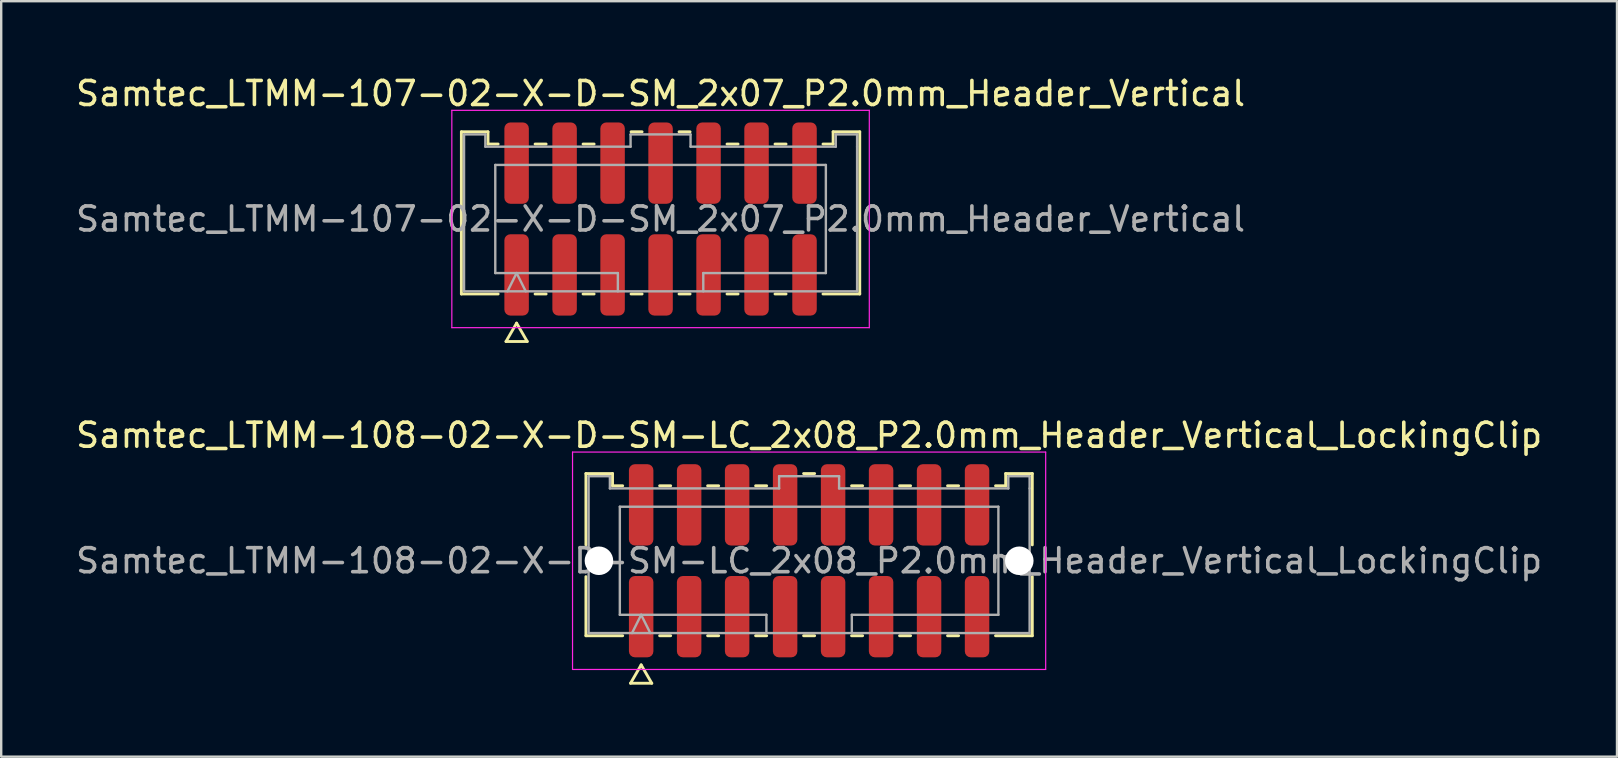
<source format=kicad_pcb>
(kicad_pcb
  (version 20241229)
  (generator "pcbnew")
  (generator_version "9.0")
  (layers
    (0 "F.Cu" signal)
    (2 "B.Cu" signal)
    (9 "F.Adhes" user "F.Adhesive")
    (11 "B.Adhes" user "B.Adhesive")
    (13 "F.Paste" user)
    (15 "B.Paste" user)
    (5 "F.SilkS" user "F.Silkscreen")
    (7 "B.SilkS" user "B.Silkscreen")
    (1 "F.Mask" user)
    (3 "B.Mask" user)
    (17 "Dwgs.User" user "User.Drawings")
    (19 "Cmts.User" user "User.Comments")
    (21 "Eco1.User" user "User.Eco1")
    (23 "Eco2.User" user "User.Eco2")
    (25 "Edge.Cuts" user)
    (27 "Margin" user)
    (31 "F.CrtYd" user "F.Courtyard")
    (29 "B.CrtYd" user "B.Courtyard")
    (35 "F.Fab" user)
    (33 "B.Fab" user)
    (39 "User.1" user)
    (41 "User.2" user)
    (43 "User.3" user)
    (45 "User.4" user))
  (footprint "Samtec_LTMM-107-02-X-D-SM_2x07_P2.0mm_Header_Vertical"
    (layer "F.Cu")
    (at 24.482 6.078)
    (property "Reference" "Samtec_LTMM-107-02-X-D-SM_2x07_P2.0mm_Header_Vertical" (at 0 -5.23 0) (layer "F.SilkS") (effects (font (size 1 1) (thickness 0.15))))
    (attr smd)
    (fp_line (start -8.302 -3.635) (end -7.192 -3.635) (stroke (width 0.12) (type solid)) (layer "F.SilkS"))
    (fp_line (start -8.302 3.125) (end -8.302 -3.635) (stroke (width 0.12) (type solid)) (layer "F.SilkS"))
    (fp_line (start -7.192 -3.635) (end -7.192 -3.125) (stroke (width 0.12) (type solid)) (layer "F.SilkS"))
    (fp_line (start -7.192 -3.125) (end -6.77 -3.125) (stroke (width 0.12) (type solid)) (layer "F.SilkS"))
    (fp_line (start -6.77 3.125) (end -8.302 3.125) (stroke (width 0.12) (type solid)) (layer "F.SilkS"))
    (fp_line (start -6.442 5.105) (end -6 4.34) (stroke (width 0.12) (type solid)) (layer "F.SilkS"))
    (fp_line (start -6 4.34) (end -5.558 5.105) (stroke (width 0.12) (type solid)) (layer "F.SilkS"))
    (fp_line (start -5.558 5.105) (end -6.442 5.105) (stroke (width 0.12) (type solid)) (layer "F.SilkS"))
    (fp_line (start -5.23 -3.125) (end -4.77 -3.125) (stroke (width 0.12) (type solid)) (layer "F.SilkS"))
    (fp_line (start -4.77 3.125) (end -5.23 3.125) (stroke (width 0.12) (type solid)) (layer "F.SilkS"))
    (fp_line (start -3.23 -3.125) (end -2.77 -3.125) (stroke (width 0.12) (type solid)) (layer "F.SilkS"))
    (fp_line (start -2.77 3.125) (end -3.23 3.125) (stroke (width 0.12) (type solid)) (layer "F.SilkS"))
    (fp_line (start -1.23 -3.635) (end -0.77 -3.635) (stroke (width 0.12) (type solid)) (layer "F.SilkS"))
    (fp_line (start -0.77 3.125) (end -1.23 3.125) (stroke (width 0.12) (type solid)) (layer "F.SilkS"))
    (fp_line (start 0.77 -3.635) (end 1.23 -3.635) (stroke (width 0.12) (type solid)) (layer "F.SilkS"))
    (fp_line (start 1.23 3.125) (end 0.77 3.125) (stroke (width 0.12) (type solid)) (layer "F.SilkS"))
    (fp_line (start 2.77 -3.125) (end 3.23 -3.125) (stroke (width 0.12) (type solid)) (layer "F.SilkS"))
    (fp_line (start 3.23 3.125) (end 2.77 3.125) (stroke (width 0.12) (type solid)) (layer "F.SilkS"))
    (fp_line (start 4.77 -3.125) (end 5.23 -3.125) (stroke (width 0.12) (type solid)) (layer "F.SilkS"))
    (fp_line (start 5.23 3.125) (end 4.77 3.125) (stroke (width 0.12) (type solid)) (layer "F.SilkS"))
    (fp_line (start 6.77 -3.125) (end 7.192 -3.125) (stroke (width 0.12) (type solid)) (layer "F.SilkS"))
    (fp_line (start 7.192 -3.635) (end 8.302 -3.635) (stroke (width 0.12) (type solid)) (layer "F.SilkS"))
    (fp_line (start 7.192 -3.125) (end 7.192 -3.635) (stroke (width 0.12) (type solid)) (layer "F.SilkS"))
    (fp_line (start 8.302 -3.635) (end 8.302 3.125) (stroke (width 0.12) (type solid)) (layer "F.SilkS"))
    (fp_line (start 8.302 3.125) (end 6.77 3.125) (stroke (width 0.12) (type solid)) (layer "F.SilkS"))
    (fp_line (start -8.7 -4.53) (end -8.7 4.53) (stroke (width 0.05) (type solid)) (layer "F.CrtYd"))
    (fp_line (start -8.7 4.53) (end 8.7 4.53) (stroke (width 0.05) (type solid)) (layer "F.CrtYd"))
    (fp_line (start 8.7 -4.53) (end -8.7 -4.53) (stroke (width 0.05) (type solid)) (layer "F.CrtYd"))
    (fp_line (start 8.7 4.53) (end 8.7 -4.53) (stroke (width 0.05) (type solid)) (layer "F.CrtYd"))
    (fp_line (start -8.191 -3.525) (end -7.303 -3.525) (stroke (width 0.1) (type solid)) (layer "F.Fab"))
    (fp_line (start -8.191 3.015) (end -8.191 -3.525) (stroke (width 0.1) (type solid)) (layer "F.Fab"))
    (fp_line (start -7.303 -3.525) (end -7.303 -3.015) (stroke (width 0.1) (type solid)) (layer "F.Fab"))
    (fp_line (start -7.303 -3.015) (end -1.25 -3.015) (stroke (width 0.1) (type solid)) (layer "F.Fab"))
    (fp_line (start -6.889 -2.253) (end 6.889 -2.253) (stroke (width 0.1) (type solid)) (layer "F.Fab"))
    (fp_line (start -6.889 2.253) (end -6.889 -2.253) (stroke (width 0.1) (type solid)) (layer "F.Fab"))
    (fp_line (start -6.381 3.015) (end -6 2.253) (stroke (width 0.1) (type solid)) (layer "F.Fab"))
    (fp_line (start -6 2.253) (end -5.619 3.015) (stroke (width 0.1) (type solid)) (layer "F.Fab"))
    (fp_line (start -1.78 2.253) (end -6.889 2.253) (stroke (width 0.1) (type solid)) (layer "F.Fab"))
    (fp_line (start -1.78 3.015) (end -1.78 2.253) (stroke (width 0.1) (type solid)) (layer "F.Fab"))
    (fp_line (start -1.25 -3.525) (end 1.25 -3.525) (stroke (width 0.1) (type solid)) (layer "F.Fab"))
    (fp_line (start -1.25 -3.015) (end -1.25 -3.525) (stroke (width 0.1) (type solid)) (layer "F.Fab"))
    (fp_line (start 1.25 -3.525) (end 1.25 -3.015) (stroke (width 0.1) (type solid)) (layer "F.Fab"))
    (fp_line (start 1.25 -3.015) (end 7.303 -3.015) (stroke (width 0.1) (type solid)) (layer "F.Fab"))
    (fp_line (start 1.78 2.253) (end 1.78 3.015) (stroke (width 0.1) (type solid)) (layer "F.Fab"))
    (fp_line (start 6.889 -2.253) (end 6.889 2.253) (stroke (width 0.1) (type solid)) (layer "F.Fab"))
    (fp_line (start 6.889 2.253) (end 1.78 2.253) (stroke (width 0.1) (type solid)) (layer "F.Fab"))
    (fp_line (start 7.303 -3.525) (end 8.191 -3.525) (stroke (width 0.1) (type solid)) (layer "F.Fab"))
    (fp_line (start 7.303 -3.015) (end 7.303 -3.525) (stroke (width 0.1) (type solid)) (layer "F.Fab"))
    (fp_line (start 8.191 -3.525) (end 8.191 -3.015) (stroke (width 0.1) (type solid)) (layer "F.Fab"))
    (fp_line (start 8.191 -3.015) (end 8.191 3.015) (stroke (width 0.1) (type solid)) (layer "F.Fab"))
    (fp_line (start 8.191 3.015) (end -8.191 3.015) (stroke (width 0.1) (type solid)) (layer "F.Fab"))
    (fp_text user "${REFERENCE}" (at 0 0 0) (layer "F.Fab") (effects (font (size 1 1) (thickness 0.15))))
    (pad "1" smd roundrect (at -6 2.33) (size 1.02 3.39) (layers "F.Cu" "F.Mask" "F.Paste") (roundrect_rratio 0.245))
    (pad "2" smd roundrect (at -6 -2.33) (size 1.02 3.39) (layers "F.Cu" "F.Mask" "F.Paste") (roundrect_rratio 0.245))
    (pad "3" smd roundrect (at -4 2.33) (size 1.02 3.39) (layers "F.Cu" "F.Mask" "F.Paste") (roundrect_rratio 0.245))
    (pad "4" smd roundrect (at -4 -2.33) (size 1.02 3.39) (layers "F.Cu" "F.Mask" "F.Paste") (roundrect_rratio 0.245))
    (pad "5" smd roundrect (at -2 2.33) (size 1.02 3.39) (layers "F.Cu" "F.Mask" "F.Paste") (roundrect_rratio 0.245))
    (pad "6" smd roundrect (at -2 -2.33) (size 1.02 3.39) (layers "F.Cu" "F.Mask" "F.Paste") (roundrect_rratio 0.245))
    (pad "7" smd roundrect (at 0 2.33) (size 1.02 3.39) (layers "F.Cu" "F.Mask" "F.Paste") (roundrect_rratio 0.245))
    (pad "8" smd roundrect (at 0 -2.33) (size 1.02 3.39) (layers "F.Cu" "F.Mask" "F.Paste") (roundrect_rratio 0.245))
    (pad "9" smd roundrect (at 2 2.33) (size 1.02 3.39) (layers "F.Cu" "F.Mask" "F.Paste") (roundrect_rratio 0.245))
    (pad "10" smd roundrect (at 2 -2.33) (size 1.02 3.39) (layers "F.Cu" "F.Mask" "F.Paste") (roundrect_rratio 0.245))
    (pad "11" smd roundrect (at 4 2.33) (size 1.02 3.39) (layers "F.Cu" "F.Mask" "F.Paste") (roundrect_rratio 0.245))
    (pad "12" smd roundrect (at 4 -2.33) (size 1.02 3.39) (layers "F.Cu" "F.Mask" "F.Paste") (roundrect_rratio 0.245))
    (pad "13" smd roundrect (at 6 2.33) (size 1.02 3.39) (layers "F.Cu" "F.Mask" "F.Paste") (roundrect_rratio 0.245))
    (pad "14" smd roundrect (at 6 -2.33) (size 1.02 3.39) (layers "F.Cu" "F.Mask" "F.Paste") (roundrect_rratio 0.245)))
  (footprint "Samtec_LTMM-108-02-X-D-SM-LC_2x08_P2.0mm_Header_Vertical_LockingClip"
    (layer "F.Cu")
    (at 30.673 20.322)
    (property "Reference" "Samtec_LTMM-108-02-X-D-SM-LC_2x08_P2.0mm_Header_Vertical_LockingClip" (at 0 -5.23 0) (layer "F.SilkS") (effects (font (size 1 1) (thickness 0.15))))
    (attr smd)
    (fp_line (start -9.302 -3.635) (end -8.193 -3.635) (stroke (width 0.12) (type solid)) (layer "F.SilkS"))
    (fp_line (start -9.302 -0.662) (end -9.302 -3.635) (stroke (width 0.12) (type solid)) (layer "F.SilkS"))
    (fp_line (start -9.302 3.125) (end -9.302 0.662) (stroke (width 0.12) (type solid)) (layer "F.SilkS"))
    (fp_line (start -8.193 -3.635) (end -8.193 -3.125) (stroke (width 0.12) (type solid)) (layer "F.SilkS"))
    (fp_line (start -8.193 -3.125) (end -7.77 -3.125) (stroke (width 0.12) (type solid)) (layer "F.SilkS"))
    (fp_line (start -7.77 3.125) (end -9.302 3.125) (stroke (width 0.12) (type solid)) (layer "F.SilkS"))
    (fp_line (start -7.442 5.105) (end -7 4.34) (stroke (width 0.12) (type solid)) (layer "F.SilkS"))
    (fp_line (start -7 4.34) (end -6.558 5.105) (stroke (width 0.12) (type solid)) (layer "F.SilkS"))
    (fp_line (start -6.558 5.105) (end -7.442 5.105) (stroke (width 0.12) (type solid)) (layer "F.SilkS"))
    (fp_line (start -6.23 -3.125) (end -5.77 -3.125) (stroke (width 0.12) (type solid)) (layer "F.SilkS"))
    (fp_line (start -5.77 3.125) (end -6.23 3.125) (stroke (width 0.12) (type solid)) (layer "F.SilkS"))
    (fp_line (start -4.23 -3.125) (end -3.77 -3.125) (stroke (width 0.12) (type solid)) (layer "F.SilkS"))
    (fp_line (start -3.77 3.125) (end -4.23 3.125) (stroke (width 0.12) (type solid)) (layer "F.SilkS"))
    (fp_line (start -2.23 -3.125) (end -1.77 -3.125) (stroke (width 0.12) (type solid)) (layer "F.SilkS"))
    (fp_line (start -1.77 3.125) (end -2.23 3.125) (stroke (width 0.12) (type solid)) (layer "F.SilkS"))
    (fp_line (start -0.23 -3.635) (end 0.23 -3.635) (stroke (width 0.12) (type solid)) (layer "F.SilkS"))
    (fp_line (start 0.23 3.125) (end -0.23 3.125) (stroke (width 0.12) (type solid)) (layer "F.SilkS"))
    (fp_line (start 1.77 -3.125) (end 2.23 -3.125) (stroke (width 0.12) (type solid)) (layer "F.SilkS"))
    (fp_line (start 2.23 3.125) (end 1.77 3.125) (stroke (width 0.12) (type solid)) (layer "F.SilkS"))
    (fp_line (start 3.77 -3.125) (end 4.23 -3.125) (stroke (width 0.12) (type solid)) (layer "F.SilkS"))
    (fp_line (start 4.23 3.125) (end 3.77 3.125) (stroke (width 0.12) (type solid)) (layer "F.SilkS"))
    (fp_line (start 5.77 -3.125) (end 6.23 -3.125) (stroke (width 0.12) (type solid)) (layer "F.SilkS"))
    (fp_line (start 6.23 3.125) (end 5.77 3.125) (stroke (width 0.12) (type solid)) (layer "F.SilkS"))
    (fp_line (start 7.77 -3.125) (end 8.193 -3.125) (stroke (width 0.12) (type solid)) (layer "F.SilkS"))
    (fp_line (start 8.193 -3.635) (end 9.302 -3.635) (stroke (width 0.12) (type solid)) (layer "F.SilkS"))
    (fp_line (start 8.193 -3.125) (end 8.193 -3.635) (stroke (width 0.12) (type solid)) (layer "F.SilkS"))
    (fp_line (start 9.302 -3.635) (end 9.302 -0.662) (stroke (width 0.12) (type solid)) (layer "F.SilkS"))
    (fp_line (start 9.302 0.662) (end 9.302 3.125) (stroke (width 0.12) (type solid)) (layer "F.SilkS"))
    (fp_line (start 9.302 3.125) (end 7.77 3.125) (stroke (width 0.12) (type solid)) (layer "F.SilkS"))
    (fp_line (start -9.86 -4.53) (end -9.86 4.53) (stroke (width 0.05) (type solid)) (layer "F.CrtYd"))
    (fp_line (start -9.86 4.53) (end 9.86 4.53) (stroke (width 0.05) (type solid)) (layer "F.CrtYd"))
    (fp_line (start 9.86 -4.53) (end -9.86 -4.53) (stroke (width 0.05) (type solid)) (layer "F.CrtYd"))
    (fp_line (start 9.86 4.53) (end 9.86 -4.53) (stroke (width 0.05) (type solid)) (layer "F.CrtYd"))
    (fp_line (start -9.191 -3.525) (end -8.303 -3.525) (stroke (width 0.1) (type solid)) (layer "F.Fab"))
    (fp_line (start -9.191 3.015) (end -9.191 -3.525) (stroke (width 0.1) (type solid)) (layer "F.Fab"))
    (fp_line (start -8.303 -3.525) (end -8.303 -3.015) (stroke (width 0.1) (type solid)) (layer "F.Fab"))
    (fp_line (start -8.303 -3.015) (end -1.25 -3.015) (stroke (width 0.1) (type solid)) (layer "F.Fab"))
    (fp_line (start -7.889 -2.253) (end 7.889 -2.253) (stroke (width 0.1) (type solid)) (layer "F.Fab"))
    (fp_line (start -7.889 2.253) (end -7.889 -2.253) (stroke (width 0.1) (type solid)) (layer "F.Fab"))
    (fp_line (start -7.381 3.015) (end -7 2.253) (stroke (width 0.1) (type solid)) (layer "F.Fab"))
    (fp_line (start -7 2.253) (end -6.619 3.015) (stroke (width 0.1) (type solid)) (layer "F.Fab"))
    (fp_line (start -1.78 2.253) (end -7.889 2.253) (stroke (width 0.1) (type solid)) (layer "F.Fab"))
    (fp_line (start -1.78 3.015) (end -1.78 2.253) (stroke (width 0.1) (type solid)) (layer "F.Fab"))
    (fp_line (start -1.25 -3.525) (end 1.25 -3.525) (stroke (width 0.1) (type solid)) (layer "F.Fab"))
    (fp_line (start -1.25 -3.015) (end -1.25 -3.525) (stroke (width 0.1) (type solid)) (layer "F.Fab"))
    (fp_line (start 1.25 -3.525) (end 1.25 -3.015) (stroke (width 0.1) (type solid)) (layer "F.Fab"))
    (fp_line (start 1.25 -3.015) (end 8.303 -3.015) (stroke (width 0.1) (type solid)) (layer "F.Fab"))
    (fp_line (start 1.78 2.253) (end 1.78 3.015) (stroke (width 0.1) (type solid)) (layer "F.Fab"))
    (fp_line (start 7.889 -2.253) (end 7.889 2.253) (stroke (width 0.1) (type solid)) (layer "F.Fab"))
    (fp_line (start 7.889 2.253) (end 1.78 2.253) (stroke (width 0.1) (type solid)) (layer "F.Fab"))
    (fp_line (start 8.303 -3.525) (end 9.191 -3.525) (stroke (width 0.1) (type solid)) (layer "F.Fab"))
    (fp_line (start 8.303 -3.015) (end 8.303 -3.525) (stroke (width 0.1) (type solid)) (layer "F.Fab"))
    (fp_line (start 9.191 -3.525) (end 9.191 -3.015) (stroke (width 0.1) (type solid)) (layer "F.Fab"))
    (fp_line (start 9.191 -3.015) (end 9.191 3.015) (stroke (width 0.1) (type solid)) (layer "F.Fab"))
    (fp_line (start 9.191 3.015) (end -9.191 3.015) (stroke (width 0.1) (type solid)) (layer "F.Fab"))
    (fp_text user "${REFERENCE}" (at 0 0 0) (layer "F.Fab") (effects (font (size 1 1) (thickness 0.15))))
    (pad "" np_thru_hole circle (at -8.76 0) (size 1.19 1.19) (drill 1.19) (layers "*.Cu" "*.Mask"))
    (pad "" np_thru_hole circle (at 8.76 0) (size 1.19 1.19) (drill 1.19) (layers "*.Cu" "*.Mask"))
    (pad "1" smd roundrect (at -7 2.33) (size 1.02 3.39) (layers "F.Cu" "F.Mask" "F.Paste") (roundrect_rratio 0.245))
    (pad "2" smd roundrect (at -7 -2.33) (size 1.02 3.39) (layers "F.Cu" "F.Mask" "F.Paste") (roundrect_rratio 0.245))
    (pad "3" smd roundrect (at -5 2.33) (size 1.02 3.39) (layers "F.Cu" "F.Mask" "F.Paste") (roundrect_rratio 0.245))
    (pad "4" smd roundrect (at -5 -2.33) (size 1.02 3.39) (layers "F.Cu" "F.Mask" "F.Paste") (roundrect_rratio 0.245))
    (pad "5" smd roundrect (at -3 2.33) (size 1.02 3.39) (layers "F.Cu" "F.Mask" "F.Paste") (roundrect_rratio 0.245))
    (pad "6" smd roundrect (at -3 -2.33) (size 1.02 3.39) (layers "F.Cu" "F.Mask" "F.Paste") (roundrect_rratio 0.245))
    (pad "7" smd roundrect (at -1 2.33) (size 1.02 3.39) (layers "F.Cu" "F.Mask" "F.Paste") (roundrect_rratio 0.245))
    (pad "8" smd roundrect (at -1 -2.33) (size 1.02 3.39) (layers "F.Cu" "F.Mask" "F.Paste") (roundrect_rratio 0.245))
    (pad "9" smd roundrect (at 1 2.33) (size 1.02 3.39) (layers "F.Cu" "F.Mask" "F.Paste") (roundrect_rratio 0.245))
    (pad "10" smd roundrect (at 1 -2.33) (size 1.02 3.39) (layers "F.Cu" "F.Mask" "F.Paste") (roundrect_rratio 0.245))
    (pad "11" smd roundrect (at 3 2.33) (size 1.02 3.39) (layers "F.Cu" "F.Mask" "F.Paste") (roundrect_rratio 0.245))
    (pad "12" smd roundrect (at 3 -2.33) (size 1.02 3.39) (layers "F.Cu" "F.Mask" "F.Paste") (roundrect_rratio 0.245))
    (pad "13" smd roundrect (at 5 2.33) (size 1.02 3.39) (layers "F.Cu" "F.Mask" "F.Paste") (roundrect_rratio 0.245))
    (pad "14" smd roundrect (at 5 -2.33) (size 1.02 3.39) (layers "F.Cu" "F.Mask" "F.Paste") (roundrect_rratio 0.245))
    (pad "15" smd roundrect (at 7 2.33) (size 1.02 3.39) (layers "F.Cu" "F.Mask" "F.Paste") (roundrect_rratio 0.245))
    (pad "16" smd roundrect (at 7 -2.33) (size 1.02 3.39) (layers "F.Cu" "F.Mask" "F.Paste") (roundrect_rratio 0.245)))
  (gr_rect
    (start -3 -3)
    (end 64.345 28.486)
    (stroke (width 0.1) (type default))
    (fill no)
    (layer "Edge.Cuts")))
</source>
